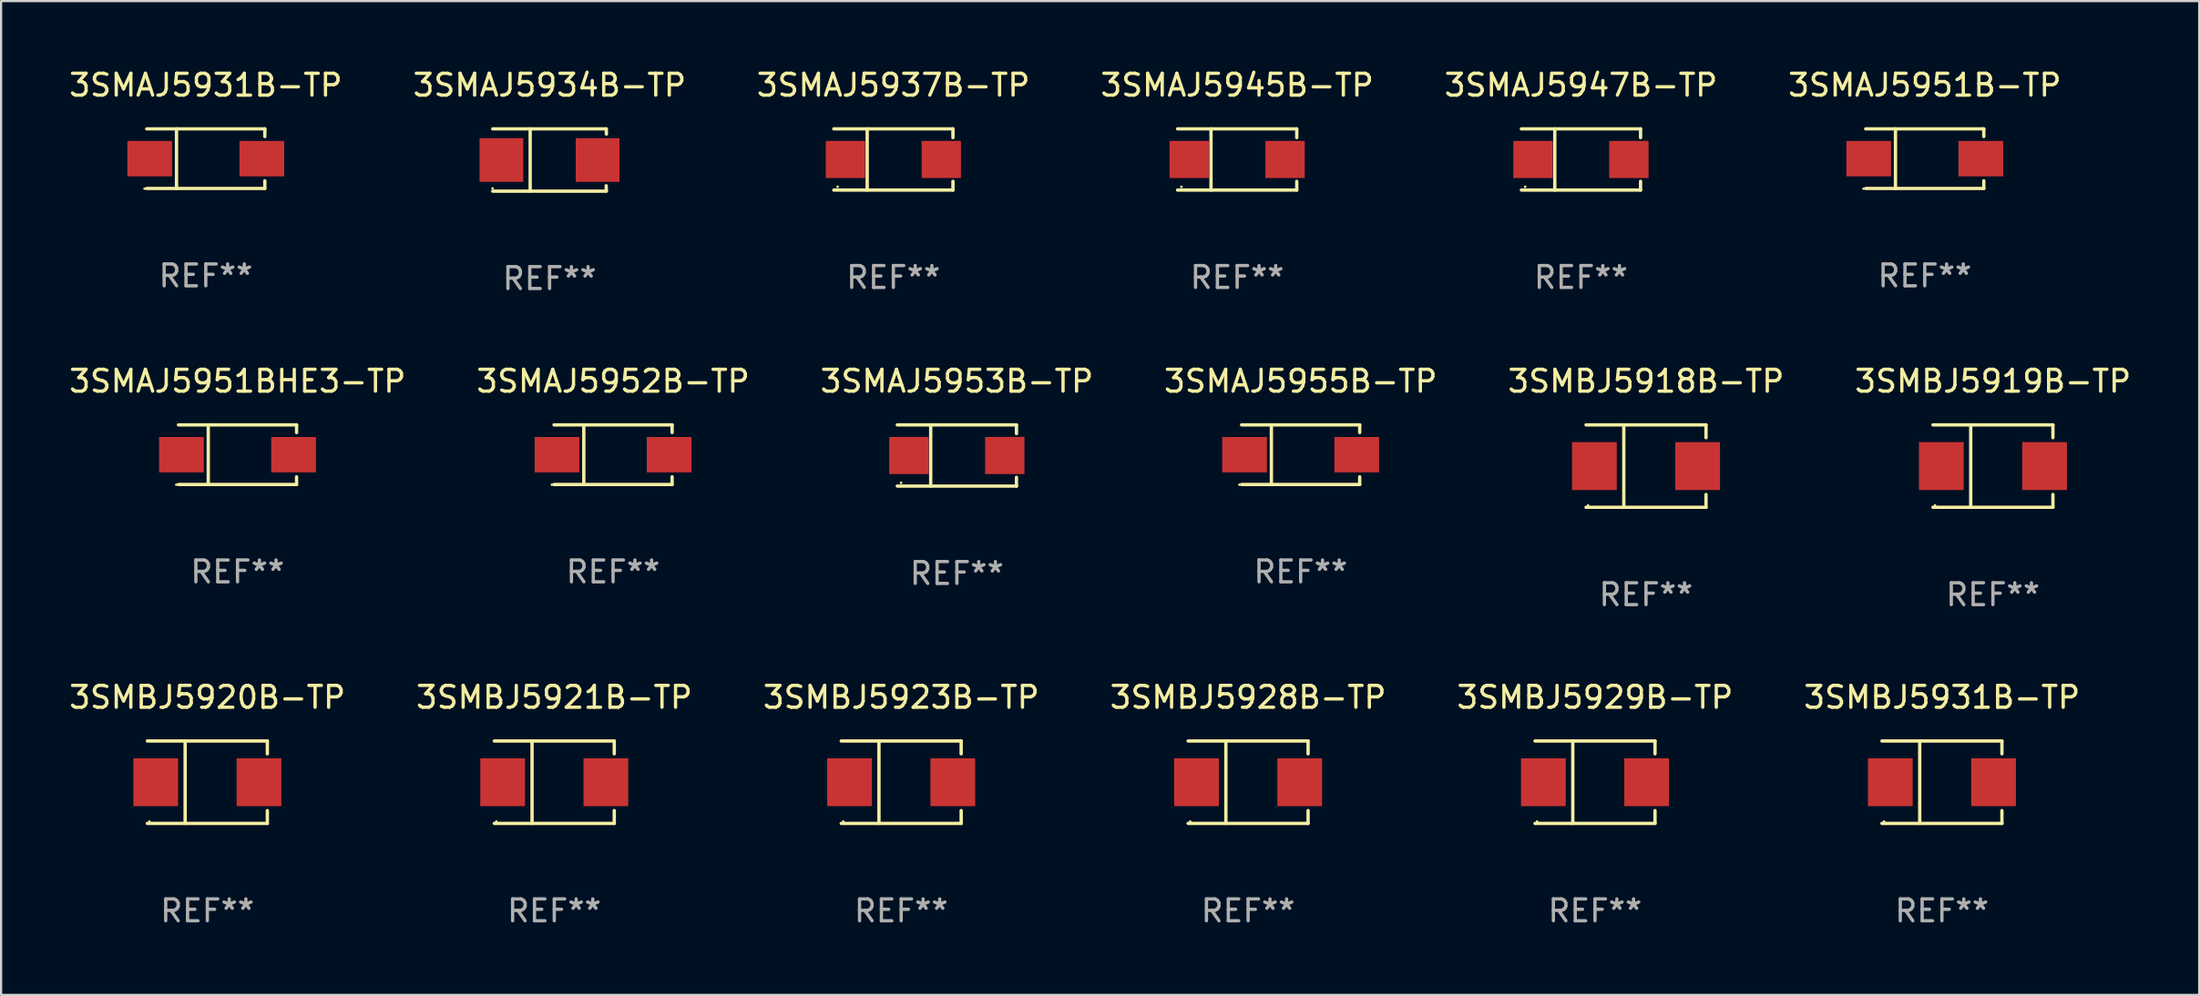
<source format=kicad_pcb>
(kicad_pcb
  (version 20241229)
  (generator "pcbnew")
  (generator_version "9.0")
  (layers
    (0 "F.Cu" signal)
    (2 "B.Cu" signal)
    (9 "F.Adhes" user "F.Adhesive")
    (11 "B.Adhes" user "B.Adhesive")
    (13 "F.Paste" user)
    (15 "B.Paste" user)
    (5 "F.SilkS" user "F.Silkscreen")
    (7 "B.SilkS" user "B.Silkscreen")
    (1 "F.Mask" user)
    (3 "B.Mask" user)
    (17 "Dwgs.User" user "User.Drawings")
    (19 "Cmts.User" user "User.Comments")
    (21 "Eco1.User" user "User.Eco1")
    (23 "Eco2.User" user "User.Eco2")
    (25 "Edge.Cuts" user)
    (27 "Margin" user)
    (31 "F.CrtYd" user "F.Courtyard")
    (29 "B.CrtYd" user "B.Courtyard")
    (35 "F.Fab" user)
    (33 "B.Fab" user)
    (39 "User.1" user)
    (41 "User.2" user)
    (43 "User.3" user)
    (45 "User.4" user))
  (footprint "3SMAJ5951BHE3-TP"
    (layer "F.Cu")
    (at 7.815 17.761)
    (property "Reference" "3SMAJ5951BHE3-TP" (at 0 -3.364 0) (layer "F.SilkS") (effects (font (size 1 1) (thickness 0.15))))
    (attr through_hole)
    (fp_line (start -2.701 -1.364) (end 2.701 -1.364) (stroke (width 0.152) (type solid)) (layer "F.SilkS"))
    (fp_line (start -2.701 1.364) (end 2.701 1.364) (stroke (width 0.152) (type solid)) (layer "F.SilkS"))
    (fp_line (start -1.339 -1.364) (end -1.339 1.364) (stroke (width 0.152) (type solid)) (layer "F.SilkS"))
    (fp_line (start 2.701 -1.364) (end 2.701 -1.013) (stroke (width 0.152) (type solid)) (layer "F.SilkS"))
    (fp_line (start 2.701 1.364) (end 2.701 1.013) (stroke (width 0.152) (type solid)) (layer "F.SilkS"))
    (fp_circle (center -2.8 1.375) (end -2.77 1.375) (stroke (width 0.06) (type solid)) (fill no) (layer "F.SilkS"))
    (fp_text user "REF**" (at 0 5.364 0) (layer "F.Fab") (effects (font (size 1 1) (thickness 0.15))))
    (pad "1" smd rect (at -2.565 -0.000025) (size 2.046 1.62) (layers "F.Cu" "F.Mask" "F.Paste"))
    (pad "2" smd rect (at 2.565 -0.000025) (size 2.046 1.62) (layers "F.Cu" "F.Mask" "F.Paste")))
  (footprint "3SMBJ5923B-TP"
    (layer "F.Cu")
    (at 38.173 32.752)
    (property "Reference" "3SMBJ5923B-TP" (at 0 -3.886 0) (layer "F.SilkS") (effects (font (size 1 1) (thickness 0.15))))
    (attr through_hole)
    (fp_line (start -2.744 -1.886) (end 2.744 -1.886) (stroke (width 0.152) (type solid)) (layer "F.SilkS"))
    (fp_line (start -2.744 1.886) (end 2.744 1.886) (stroke (width 0.152) (type solid)) (layer "F.SilkS"))
    (fp_line (start -1.016 -1.886) (end -1.016 1.886) (stroke (width 0.152) (type solid)) (layer "F.SilkS"))
    (fp_line (start 2.744 -1.886) (end 2.744 -1.299) (stroke (width 0.152) (type solid)) (layer "F.SilkS"))
    (fp_line (start 2.744 1.886) (end 2.744 1.299) (stroke (width 0.152) (type solid)) (layer "F.SilkS"))
    (fp_circle (center -2.65 1.8) (end -2.62 1.8) (stroke (width 0.06) (type solid)) (fill no) (layer "F.SilkS"))
    (fp_text user "REF**" (at 0 5.886 0) (layer "F.Fab") (effects (font (size 1 1) (thickness 0.15))))
    (pad "1" smd rect (at -2.361 0) (size 2.047 2.192) (layers "F.Cu" "F.Mask" "F.Paste"))
    (pad "2" smd rect (at 2.361 0) (size 2.047 2.192) (layers "F.Cu" "F.Mask" "F.Paste")))
  (footprint "3SMAJ5931B-TP"
    (layer "F.Cu")
    (at 6.363 4.212)
    (property "Reference" "3SMAJ5931B-TP" (at 0 -3.364 0) (layer "F.SilkS") (effects (font (size 1 1) (thickness 0.15))))
    (attr through_hole)
    (fp_line (start -2.701 -1.364) (end 2.701 -1.364) (stroke (width 0.152) (type solid)) (layer "F.SilkS"))
    (fp_line (start -2.701 1.364) (end 2.701 1.364) (stroke (width 0.152) (type solid)) (layer "F.SilkS"))
    (fp_line (start -1.339 -1.364) (end -1.339 1.364) (stroke (width 0.152) (type solid)) (layer "F.SilkS"))
    (fp_line (start 2.701 -1.364) (end 2.701 -1.013) (stroke (width 0.152) (type solid)) (layer "F.SilkS"))
    (fp_line (start 2.701 1.364) (end 2.701 1.013) (stroke (width 0.152) (type solid)) (layer "F.SilkS"))
    (fp_circle (center -2.8 1.375) (end -2.77 1.375) (stroke (width 0.06) (type solid)) (fill no) (layer "F.SilkS"))
    (fp_text user "REF**" (at 0 5.364 0) (layer "F.Fab") (effects (font (size 1 1) (thickness 0.15))))
    (pad "1" smd rect (at -2.565 -0.000025) (size 2.046 1.62) (layers "F.Cu" "F.Mask" "F.Paste"))
    (pad "2" smd rect (at 2.565 -0.000025) (size 2.046 1.62) (layers "F.Cu" "F.Mask" "F.Paste")))
  (footprint "3SMBJ5919B-TP"
    (layer "F.Cu")
    (at 88.113 18.283)
    (property "Reference" "3SMBJ5919B-TP" (at 0 -3.886 0) (layer "F.SilkS") (effects (font (size 1 1) (thickness 0.15))))
    (attr through_hole)
    (fp_line (start -2.744 -1.886) (end 2.744 -1.886) (stroke (width 0.152) (type solid)) (layer "F.SilkS"))
    (fp_line (start -2.744 1.886) (end 2.744 1.886) (stroke (width 0.152) (type solid)) (layer "F.SilkS"))
    (fp_line (start -1.016 -1.886) (end -1.016 1.886) (stroke (width 0.152) (type solid)) (layer "F.SilkS"))
    (fp_line (start 2.744 -1.886) (end 2.744 -1.299) (stroke (width 0.152) (type solid)) (layer "F.SilkS"))
    (fp_line (start 2.744 1.886) (end 2.744 1.299) (stroke (width 0.152) (type solid)) (layer "F.SilkS"))
    (fp_circle (center -2.65 1.8) (end -2.62 1.8) (stroke (width 0.06) (type solid)) (fill no) (layer "F.SilkS"))
    (fp_text user "REF**" (at 0 5.886 0) (layer "F.Fab") (effects (font (size 1 1) (thickness 0.15))))
    (pad "1" smd rect (at -2.361 0) (size 2.047 2.192) (layers "F.Cu" "F.Mask" "F.Paste"))
    (pad "2" smd rect (at 2.361 0) (size 2.047 2.192) (layers "F.Cu" "F.Mask" "F.Paste")))
  (footprint "3SMAJ5955B-TP"
    (layer "F.Cu")
    (at 56.446 17.761)
    (property "Reference" "3SMAJ5955B-TP" (at 0 -3.364 0) (layer "F.SilkS") (effects (font (size 1 1) (thickness 0.15))))
    (attr through_hole)
    (fp_line (start -2.701 -1.364) (end 2.701 -1.364) (stroke (width 0.152) (type solid)) (layer "F.SilkS"))
    (fp_line (start -2.701 1.364) (end 2.701 1.364) (stroke (width 0.152) (type solid)) (layer "F.SilkS"))
    (fp_line (start -1.339 -1.364) (end -1.339 1.364) (stroke (width 0.152) (type solid)) (layer "F.SilkS"))
    (fp_line (start 2.701 -1.364) (end 2.701 -1.013) (stroke (width 0.152) (type solid)) (layer "F.SilkS"))
    (fp_line (start 2.701 1.364) (end 2.701 1.013) (stroke (width 0.152) (type solid)) (layer "F.SilkS"))
    (fp_circle (center -2.8 1.375) (end -2.77 1.375) (stroke (width 0.06) (type solid)) (fill no) (layer "F.SilkS"))
    (fp_text user "REF**" (at 0 5.364 0) (layer "F.Fab") (effects (font (size 1 1) (thickness 0.15))))
    (pad "1" smd rect (at -2.565 -0.000025) (size 2.046 1.62) (layers "F.Cu" "F.Mask" "F.Paste"))
    (pad "2" smd rect (at 2.565 -0.000025) (size 2.046 1.62) (layers "F.Cu" "F.Mask" "F.Paste")))
  (footprint "3SMBJ5918B-TP"
    (layer "F.Cu")
    (at 72.244 18.283)
    (property "Reference" "3SMBJ5918B-TP" (at 0 -3.886 0) (layer "F.SilkS") (effects (font (size 1 1) (thickness 0.15))))
    (attr through_hole)
    (fp_line (start -2.744 -1.886) (end 2.744 -1.886) (stroke (width 0.152) (type solid)) (layer "F.SilkS"))
    (fp_line (start -2.744 1.886) (end 2.744 1.886) (stroke (width 0.152) (type solid)) (layer "F.SilkS"))
    (fp_line (start -1.016 -1.886) (end -1.016 1.886) (stroke (width 0.152) (type solid)) (layer "F.SilkS"))
    (fp_line (start 2.744 -1.886) (end 2.744 -1.299) (stroke (width 0.152) (type solid)) (layer "F.SilkS"))
    (fp_line (start 2.744 1.886) (end 2.744 1.299) (stroke (width 0.152) (type solid)) (layer "F.SilkS"))
    (fp_circle (center -2.65 1.8) (end -2.62 1.8) (stroke (width 0.06) (type solid)) (fill no) (layer "F.SilkS"))
    (fp_text user "REF**" (at 0 5.886 0) (layer "F.Fab") (effects (font (size 1 1) (thickness 0.15))))
    (pad "1" smd rect (at -2.361 0) (size 2.047 2.192) (layers "F.Cu" "F.Mask" "F.Paste"))
    (pad "2" smd rect (at 2.361 0) (size 2.047 2.192) (layers "F.Cu" "F.Mask" "F.Paste")))
  (footprint "3SMAJ5945B-TP"
    (layer "F.Cu")
    (at 53.542 4.249)
    (property "Reference" "3SMAJ5945B-TP" (at 0 -3.401 0) (layer "F.SilkS") (effects (font (size 1 1) (thickness 0.15))))
    (attr through_hole)
    (fp_line (start -2.726 -1.401) (end 2.726 -1.401) (stroke (width 0.152) (type solid)) (layer "F.SilkS"))
    (fp_line (start -2.726 1.401) (end 2.726 1.401) (stroke (width 0.152) (type solid)) (layer "F.SilkS"))
    (fp_line (start -1.197 -1.401) (end -1.197 1.401) (stroke (width 0.152) (type solid)) (layer "F.SilkS"))
    (fp_line (start 2.726 -1.401) (end 2.726 -1) (stroke (width 0.152) (type solid)) (layer "F.SilkS"))
    (fp_line (start 2.726 1.401) (end 2.726 1) (stroke (width 0.152) (type solid)) (layer "F.SilkS"))
    (fp_circle (center -2.55 1.25) (end -2.52 1.25) (stroke (width 0.06) (type solid)) (fill no) (layer "F.SilkS"))
    (fp_text user "REF**" (at 0 5.401 0) (layer "F.Fab") (effects (font (size 1 1) (thickness 0.15))))
    (pad "1" smd rect (at -2.192 0) (size 1.8 1.7) (layers "F.Cu" "F.Mask" "F.Paste"))
    (pad "2" smd rect (at 2.192 0) (size 1.8 1.7) (layers "F.Cu" "F.Mask" "F.Paste")))
  (footprint "3SMAJ5953B-TP"
    (layer "F.Cu")
    (at 40.72 17.798)
    (property "Reference" "3SMAJ5953B-TP" (at 0 -3.401 0) (layer "F.SilkS") (effects (font (size 1 1) (thickness 0.15))))
    (attr through_hole)
    (fp_line (start -2.726 -1.401) (end 2.726 -1.401) (stroke (width 0.152) (type solid)) (layer "F.SilkS"))
    (fp_line (start -2.726 1.401) (end 2.726 1.401) (stroke (width 0.152) (type solid)) (layer "F.SilkS"))
    (fp_line (start -1.197 -1.401) (end -1.197 1.401) (stroke (width 0.152) (type solid)) (layer "F.SilkS"))
    (fp_line (start 2.726 -1.401) (end 2.726 -1) (stroke (width 0.152) (type solid)) (layer "F.SilkS"))
    (fp_line (start 2.726 1.401) (end 2.726 1) (stroke (width 0.152) (type solid)) (layer "F.SilkS"))
    (fp_circle (center -2.55 1.25) (end -2.52 1.25) (stroke (width 0.06) (type solid)) (fill no) (layer "F.SilkS"))
    (fp_text user "REF**" (at 0 5.401 0) (layer "F.Fab") (effects (font (size 1 1) (thickness 0.15))))
    (pad "1" smd rect (at -2.192 0) (size 1.8 1.7) (layers "F.Cu" "F.Mask" "F.Paste"))
    (pad "2" smd rect (at 2.192 0) (size 1.8 1.7) (layers "F.Cu" "F.Mask" "F.Paste")))
  (footprint "3SMBJ5928B-TP"
    (layer "F.Cu")
    (at 54.042 32.752)
    (property "Reference" "3SMBJ5928B-TP" (at 0 -3.886 0) (layer "F.SilkS") (effects (font (size 1 1) (thickness 0.15))))
    (attr through_hole)
    (fp_line (start -2.744 -1.886) (end 2.744 -1.886) (stroke (width 0.152) (type solid)) (layer "F.SilkS"))
    (fp_line (start -2.744 1.886) (end 2.744 1.886) (stroke (width 0.152) (type solid)) (layer "F.SilkS"))
    (fp_line (start -1.016 -1.886) (end -1.016 1.886) (stroke (width 0.152) (type solid)) (layer "F.SilkS"))
    (fp_line (start 2.744 -1.886) (end 2.744 -1.299) (stroke (width 0.152) (type solid)) (layer "F.SilkS"))
    (fp_line (start 2.744 1.886) (end 2.744 1.299) (stroke (width 0.152) (type solid)) (layer "F.SilkS"))
    (fp_circle (center -2.65 1.8) (end -2.62 1.8) (stroke (width 0.06) (type solid)) (fill no) (layer "F.SilkS"))
    (fp_text user "REF**" (at 0 5.886 0) (layer "F.Fab") (effects (font (size 1 1) (thickness 0.15))))
    (pad "1" smd rect (at -2.361 0) (size 2.047 2.192) (layers "F.Cu" "F.Mask" "F.Paste"))
    (pad "2" smd rect (at 2.361 0) (size 2.047 2.192) (layers "F.Cu" "F.Mask" "F.Paste")))
  (footprint "3SMAJ5951B-TP"
    (layer "F.Cu")
    (at 84.994 4.212)
    (property "Reference" "3SMAJ5951B-TP" (at 0 -3.364 0) (layer "F.SilkS") (effects (font (size 1 1) (thickness 0.15))))
    (attr through_hole)
    (fp_line (start -2.701 -1.364) (end 2.701 -1.364) (stroke (width 0.152) (type solid)) (layer "F.SilkS"))
    (fp_line (start -2.701 1.364) (end 2.701 1.364) (stroke (width 0.152) (type solid)) (layer "F.SilkS"))
    (fp_line (start -1.339 -1.364) (end -1.339 1.364) (stroke (width 0.152) (type solid)) (layer "F.SilkS"))
    (fp_line (start 2.701 -1.364) (end 2.701 -1.013) (stroke (width 0.152) (type solid)) (layer "F.SilkS"))
    (fp_line (start 2.701 1.364) (end 2.701 1.013) (stroke (width 0.152) (type solid)) (layer "F.SilkS"))
    (fp_circle (center -2.8 1.375) (end -2.77 1.375) (stroke (width 0.06) (type solid)) (fill no) (layer "F.SilkS"))
    (fp_text user "REF**" (at 0 5.364 0) (layer "F.Fab") (effects (font (size 1 1) (thickness 0.15))))
    (pad "1" smd rect (at -2.565 -0.000025) (size 2.046 1.62) (layers "F.Cu" "F.Mask" "F.Paste"))
    (pad "2" smd rect (at 2.565 -0.000025) (size 2.046 1.62) (layers "F.Cu" "F.Mask" "F.Paste")))
  (footprint "3SMBJ5920B-TP"
    (layer "F.Cu")
    (at 6.435 32.752)
    (property "Reference" "3SMBJ5920B-TP" (at 0 -3.886 0) (layer "F.SilkS") (effects (font (size 1 1) (thickness 0.15))))
    (attr through_hole)
    (fp_line (start -2.744 -1.886) (end 2.744 -1.886) (stroke (width 0.152) (type solid)) (layer "F.SilkS"))
    (fp_line (start -2.744 1.886) (end 2.744 1.886) (stroke (width 0.152) (type solid)) (layer "F.SilkS"))
    (fp_line (start -1.016 -1.886) (end -1.016 1.886) (stroke (width 0.152) (type solid)) (layer "F.SilkS"))
    (fp_line (start 2.744 -1.886) (end 2.744 -1.299) (stroke (width 0.152) (type solid)) (layer "F.SilkS"))
    (fp_line (start 2.744 1.886) (end 2.744 1.299) (stroke (width 0.152) (type solid)) (layer "F.SilkS"))
    (fp_circle (center -2.65 1.8) (end -2.62 1.8) (stroke (width 0.06) (type solid)) (fill no) (layer "F.SilkS"))
    (fp_text user "REF**" (at 0 5.886 0) (layer "F.Fab") (effects (font (size 1 1) (thickness 0.15))))
    (pad "1" smd rect (at -2.361 0) (size 2.047 2.192) (layers "F.Cu" "F.Mask" "F.Paste"))
    (pad "2" smd rect (at 2.361 0) (size 2.047 2.192) (layers "F.Cu" "F.Mask" "F.Paste")))
  (footprint "3SMBJ5931B-TP"
    (layer "F.Cu")
    (at 85.78 32.752)
    (property "Reference" "3SMBJ5931B-TP" (at 0 -3.886 0) (layer "F.SilkS") (effects (font (size 1 1) (thickness 0.15))))
    (attr through_hole)
    (fp_line (start -2.744 -1.886) (end 2.744 -1.886) (stroke (width 0.152) (type solid)) (layer "F.SilkS"))
    (fp_line (start -2.744 1.886) (end 2.744 1.886) (stroke (width 0.152) (type solid)) (layer "F.SilkS"))
    (fp_line (start -1.016 -1.886) (end -1.016 1.886) (stroke (width 0.152) (type solid)) (layer "F.SilkS"))
    (fp_line (start 2.744 -1.886) (end 2.744 -1.299) (stroke (width 0.152) (type solid)) (layer "F.SilkS"))
    (fp_line (start 2.744 1.886) (end 2.744 1.299) (stroke (width 0.152) (type solid)) (layer "F.SilkS"))
    (fp_circle (center -2.65 1.8) (end -2.62 1.8) (stroke (width 0.06) (type solid)) (fill no) (layer "F.SilkS"))
    (fp_text user "REF**" (at 0 5.886 0) (layer "F.Fab") (effects (font (size 1 1) (thickness 0.15))))
    (pad "1" smd rect (at -2.361 0) (size 2.047 2.192) (layers "F.Cu" "F.Mask" "F.Paste"))
    (pad "2" smd rect (at 2.361 0) (size 2.047 2.192) (layers "F.Cu" "F.Mask" "F.Paste")))
  (footprint "3SMAJ5952B-TP"
    (layer "F.Cu")
    (at 24.994 17.761)
    (property "Reference" "3SMAJ5952B-TP" (at 0 -3.364 0) (layer "F.SilkS") (effects (font (size 1 1) (thickness 0.15))))
    (attr through_hole)
    (fp_line (start -2.701 -1.364) (end 2.701 -1.364) (stroke (width 0.152) (type solid)) (layer "F.SilkS"))
    (fp_line (start -2.701 1.364) (end 2.701 1.364) (stroke (width 0.152) (type solid)) (layer "F.SilkS"))
    (fp_line (start -1.339 -1.364) (end -1.339 1.364) (stroke (width 0.152) (type solid)) (layer "F.SilkS"))
    (fp_line (start 2.701 -1.364) (end 2.701 -1.013) (stroke (width 0.152) (type solid)) (layer "F.SilkS"))
    (fp_line (start 2.701 1.364) (end 2.701 1.013) (stroke (width 0.152) (type solid)) (layer "F.SilkS"))
    (fp_circle (center -2.8 1.375) (end -2.77 1.375) (stroke (width 0.06) (type solid)) (fill no) (layer "F.SilkS"))
    (fp_text user "REF**" (at 0 5.364 0) (layer "F.Fab") (effects (font (size 1 1) (thickness 0.15))))
    (pad "1" smd rect (at -2.565 -0.000025) (size 2.046 1.62) (layers "F.Cu" "F.Mask" "F.Paste"))
    (pad "2" smd rect (at 2.565 -0.000025) (size 2.046 1.62) (layers "F.Cu" "F.Mask" "F.Paste")))
  (footprint "3SMBJ5929B-TP"
    (layer "F.Cu")
    (at 69.911 32.752)
    (property "Reference" "3SMBJ5929B-TP" (at 0 -3.886 0) (layer "F.SilkS") (effects (font (size 1 1) (thickness 0.15))))
    (attr through_hole)
    (fp_line (start -2.744 -1.886) (end 2.744 -1.886) (stroke (width 0.152) (type solid)) (layer "F.SilkS"))
    (fp_line (start -2.744 1.886) (end 2.744 1.886) (stroke (width 0.152) (type solid)) (layer "F.SilkS"))
    (fp_line (start -1.016 -1.886) (end -1.016 1.886) (stroke (width 0.152) (type solid)) (layer "F.SilkS"))
    (fp_line (start 2.744 -1.886) (end 2.744 -1.299) (stroke (width 0.152) (type solid)) (layer "F.SilkS"))
    (fp_line (start 2.744 1.886) (end 2.744 1.299) (stroke (width 0.152) (type solid)) (layer "F.SilkS"))
    (fp_circle (center -2.65 1.8) (end -2.62 1.8) (stroke (width 0.06) (type solid)) (fill no) (layer "F.SilkS"))
    (fp_text user "REF**" (at 0 5.886 0) (layer "F.Fab") (effects (font (size 1 1) (thickness 0.15))))
    (pad "1" smd rect (at -2.361 0) (size 2.047 2.192) (layers "F.Cu" "F.Mask" "F.Paste"))
    (pad "2" smd rect (at 2.361 0) (size 2.047 2.192) (layers "F.Cu" "F.Mask" "F.Paste")))
  (footprint "3SMAJ5947B-TP"
    (layer "F.Cu")
    (at 69.268 4.249)
    (property "Reference" "3SMAJ5947B-TP" (at 0 -3.401 0) (layer "F.SilkS") (effects (font (size 1 1) (thickness 0.15))))
    (attr through_hole)
    (fp_line (start -2.726 -1.401) (end 2.726 -1.401) (stroke (width 0.152) (type solid)) (layer "F.SilkS"))
    (fp_line (start -2.726 1.401) (end 2.726 1.401) (stroke (width 0.152) (type solid)) (layer "F.SilkS"))
    (fp_line (start -1.197 -1.401) (end -1.197 1.401) (stroke (width 0.152) (type solid)) (layer "F.SilkS"))
    (fp_line (start 2.726 -1.401) (end 2.726 -1) (stroke (width 0.152) (type solid)) (layer "F.SilkS"))
    (fp_line (start 2.726 1.401) (end 2.726 1) (stroke (width 0.152) (type solid)) (layer "F.SilkS"))
    (fp_circle (center -2.55 1.25) (end -2.52 1.25) (stroke (width 0.06) (type solid)) (fill no) (layer "F.SilkS"))
    (fp_text user "REF**" (at 0 5.401 0) (layer "F.Fab") (effects (font (size 1 1) (thickness 0.15))))
    (pad "1" smd rect (at -2.192 0) (size 1.8 1.7) (layers "F.Cu" "F.Mask" "F.Paste"))
    (pad "2" smd rect (at 2.192 0) (size 1.8 1.7) (layers "F.Cu" "F.Mask" "F.Paste")))
  (footprint "3SMAJ5937B-TP"
    (layer "F.Cu")
    (at 37.815 4.249)
    (property "Reference" "3SMAJ5937B-TP" (at 0 -3.401 0) (layer "F.SilkS") (effects (font (size 1 1) (thickness 0.15))))
    (attr through_hole)
    (fp_line (start -2.726 -1.401) (end 2.726 -1.401) (stroke (width 0.152) (type solid)) (layer "F.SilkS"))
    (fp_line (start -2.726 1.401) (end 2.726 1.401) (stroke (width 0.152) (type solid)) (layer "F.SilkS"))
    (fp_line (start -1.197 -1.401) (end -1.197 1.401) (stroke (width 0.152) (type solid)) (layer "F.SilkS"))
    (fp_line (start 2.726 -1.401) (end 2.726 -1) (stroke (width 0.152) (type solid)) (layer "F.SilkS"))
    (fp_line (start 2.726 1.401) (end 2.726 1) (stroke (width 0.152) (type solid)) (layer "F.SilkS"))
    (fp_circle (center -2.55 1.25) (end -2.52 1.25) (stroke (width 0.06) (type solid)) (fill no) (layer "F.SilkS"))
    (fp_text user "REF**" (at 0 5.401 0) (layer "F.Fab") (effects (font (size 1 1) (thickness 0.15))))
    (pad "1" smd rect (at -2.192 0) (size 1.8 1.7) (layers "F.Cu" "F.Mask" "F.Paste"))
    (pad "2" smd rect (at 2.192 0) (size 1.8 1.7) (layers "F.Cu" "F.Mask" "F.Paste")))
  (footprint "3SMAJ5934B-TP"
    (layer "F.Cu")
    (at 22.089 4.274)
    (property "Reference" "3SMAJ5934B-TP" (at 0 -3.426 0) (layer "F.SilkS") (effects (font (size 1 1) (thickness 0.15))))
    (attr through_hole)
    (fp_line (start -2.6 -1.426) (end 2.593 -1.426) (stroke (width 0.152) (type solid)) (layer "F.SilkS"))
    (fp_line (start -2.6 1.426) (end 2.593 1.426) (stroke (width 0.152) (type solid)) (layer "F.SilkS"))
    (fp_line (start -0.887 -1.426) (end -0.887 1.426) (stroke (width 0.152) (type solid)) (layer "F.SilkS"))
    (fp_line (start 2.59 1.176) (end 2.597 1.415) (stroke (width 0.152) (type solid)) (layer "F.SilkS"))
    (fp_line (start 2.593 -1.426) (end 2.6 -1.187) (stroke (width 0.152) (type solid)) (layer "F.SilkS"))
    (fp_circle (center -2.608 1.3) (end -2.578 1.3) (stroke (width 0.06) (type solid)) (fill no) (layer "F.SilkS"))
    (fp_text user "REF**" (at 0 5.426 0) (layer "F.Fab") (effects (font (size 1 1) (thickness 0.15))))
    (pad "1" smd rect (at -2.203 0 180) (size 2 2) (layers "F.Cu" "F.Mask" "F.Paste"))
    (pad "2" smd rect (at 2.197 0 180) (size 2 2) (layers "F.Cu" "F.Mask" "F.Paste")))
  (footprint "3SMBJ5921B-TP"
    (layer "F.Cu")
    (at 22.304 32.752)
    (property "Reference" "3SMBJ5921B-TP" (at 0 -3.886 0) (layer "F.SilkS") (effects (font (size 1 1) (thickness 0.15))))
    (attr through_hole)
    (fp_line (start -2.744 -1.886) (end 2.744 -1.886) (stroke (width 0.152) (type solid)) (layer "F.SilkS"))
    (fp_line (start -2.744 1.886) (end 2.744 1.886) (stroke (width 0.152) (type solid)) (layer "F.SilkS"))
    (fp_line (start -1.016 -1.886) (end -1.016 1.886) (stroke (width 0.152) (type solid)) (layer "F.SilkS"))
    (fp_line (start 2.744 -1.886) (end 2.744 -1.299) (stroke (width 0.152) (type solid)) (layer "F.SilkS"))
    (fp_line (start 2.744 1.886) (end 2.744 1.299) (stroke (width 0.152) (type solid)) (layer "F.SilkS"))
    (fp_circle (center -2.65 1.8) (end -2.62 1.8) (stroke (width 0.06) (type solid)) (fill no) (layer "F.SilkS"))
    (fp_text user "REF**" (at 0 5.886 0) (layer "F.Fab") (effects (font (size 1 1) (thickness 0.15))))
    (pad "1" smd rect (at -2.361 0) (size 2.047 2.192) (layers "F.Cu" "F.Mask" "F.Paste"))
    (pad "2" smd rect (at 2.361 0) (size 2.047 2.192) (layers "F.Cu" "F.Mask" "F.Paste")))
  (gr_rect
    (start -3 -3)
    (end 97.548 42.487)
    (stroke (width 0.1) (type default))
    (fill no)
    (layer "Edge.Cuts")))
</source>
